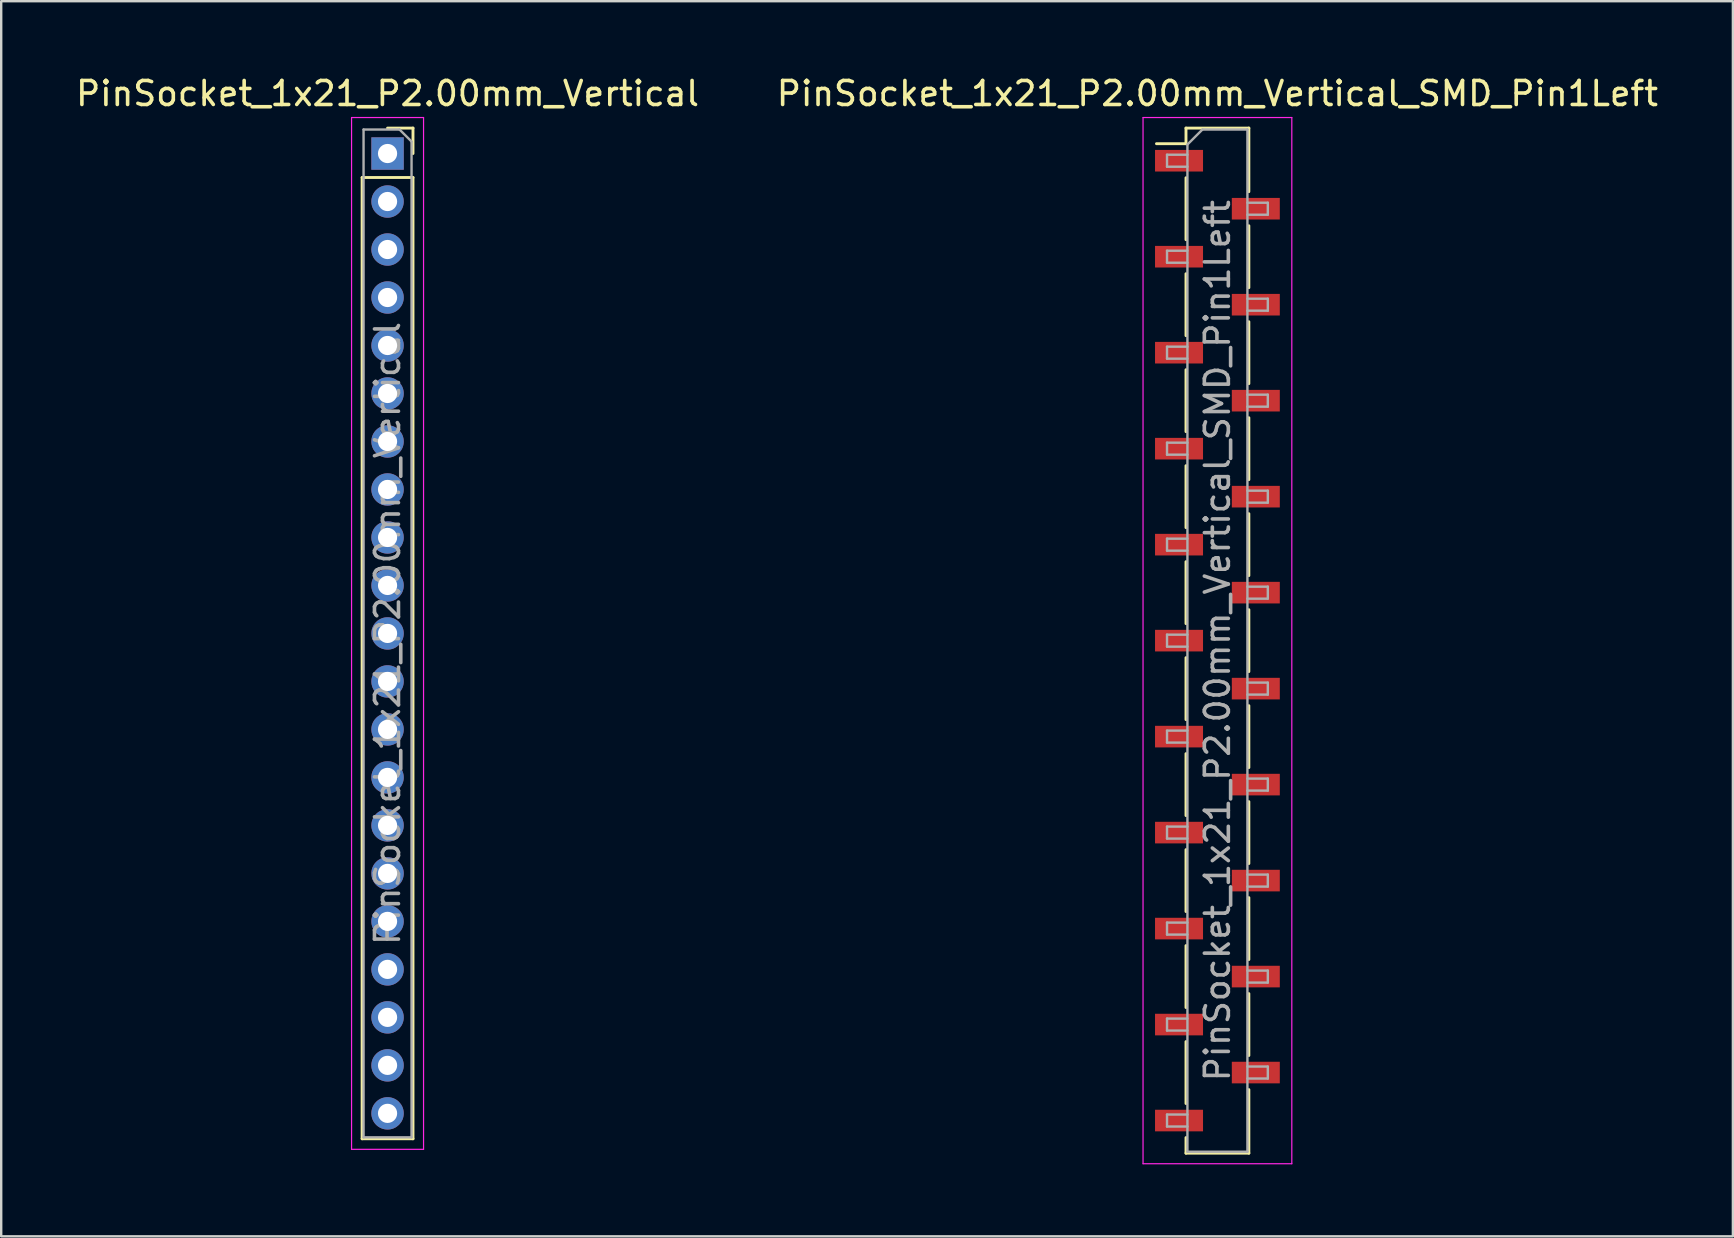
<source format=kicad_pcb>
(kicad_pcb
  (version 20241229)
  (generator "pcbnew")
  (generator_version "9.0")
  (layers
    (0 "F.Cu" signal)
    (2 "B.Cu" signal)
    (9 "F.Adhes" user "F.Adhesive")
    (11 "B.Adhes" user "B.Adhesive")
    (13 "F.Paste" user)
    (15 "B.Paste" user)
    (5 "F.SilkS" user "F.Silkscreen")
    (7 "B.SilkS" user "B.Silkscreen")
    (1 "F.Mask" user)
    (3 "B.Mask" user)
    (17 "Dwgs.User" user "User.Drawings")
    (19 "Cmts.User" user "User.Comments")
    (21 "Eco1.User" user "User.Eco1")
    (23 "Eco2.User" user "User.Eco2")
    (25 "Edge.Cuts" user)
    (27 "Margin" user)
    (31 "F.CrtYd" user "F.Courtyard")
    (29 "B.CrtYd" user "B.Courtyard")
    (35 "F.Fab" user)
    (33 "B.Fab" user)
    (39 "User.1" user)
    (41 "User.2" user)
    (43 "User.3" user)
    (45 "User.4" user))
  (footprint "PinSocket_1x21_P2.00mm_Vertical"
    (layer "F.Cu")
    (at 13.101 3.348)
    (property "Reference" "PinSocket_1x21_P2.00mm_Vertical" (at 0 -2.5 0) (layer "F.SilkS") (effects (font (size 1 1) (thickness 0.15))))
    (attr through_hole)
    (fp_line (start -1.06 1) (end -1.06 41.06) (stroke (width 0.12) (type solid)) (layer "F.SilkS"))
    (fp_line (start -1.06 1) (end 1.06 1) (stroke (width 0.12) (type solid)) (layer "F.SilkS"))
    (fp_line (start -1.06 41.06) (end 1.06 41.06) (stroke (width 0.12) (type solid)) (layer "F.SilkS"))
    (fp_line (start 0 -1.06) (end 1.06 -1.06) (stroke (width 0.12) (type solid)) (layer "F.SilkS"))
    (fp_line (start 1.06 -1.06) (end 1.06 0) (stroke (width 0.12) (type solid)) (layer "F.SilkS"))
    (fp_line (start 1.06 1) (end 1.06 41.06) (stroke (width 0.12) (type solid)) (layer "F.SilkS"))
    (fp_line (start -1.5 -1.5) (end 1.5 -1.5) (stroke (width 0.05) (type solid)) (layer "F.CrtYd"))
    (fp_line (start -1.5 41.5) (end -1.5 -1.5) (stroke (width 0.05) (type solid)) (layer "F.CrtYd"))
    (fp_line (start 1.5 -1.5) (end 1.5 41.5) (stroke (width 0.05) (type solid)) (layer "F.CrtYd"))
    (fp_line (start 1.5 41.5) (end -1.5 41.5) (stroke (width 0.05) (type solid)) (layer "F.CrtYd"))
    (fp_line (start -1 -1) (end 0.5 -1) (stroke (width 0.1) (type solid)) (layer "F.Fab"))
    (fp_line (start -1 41) (end -1 -1) (stroke (width 0.1) (type solid)) (layer "F.Fab"))
    (fp_line (start 0.5 -1) (end 1 -0.5) (stroke (width 0.1) (type solid)) (layer "F.Fab"))
    (fp_line (start 1 -0.5) (end 1 41) (stroke (width 0.1) (type solid)) (layer "F.Fab"))
    (fp_line (start 1 41) (end -1 41) (stroke (width 0.1) (type solid)) (layer "F.Fab"))
    (fp_text user "${REFERENCE}" (at 0 20 90) (layer "F.Fab") (effects (font (size 1 1) (thickness 0.15))))
    (pad "1" thru_hole rect (at 0 0) (size 1.35 1.35) (drill 0.8) (layers "*.Cu" "*.Mask"))
    (pad "2" thru_hole oval (at 0 2) (size 1.35 1.35) (drill 0.8) (layers "*.Cu" "*.Mask"))
    (pad "3" thru_hole oval (at 0 4) (size 1.35 1.35) (drill 0.8) (layers "*.Cu" "*.Mask"))
    (pad "4" thru_hole oval (at 0 6) (size 1.35 1.35) (drill 0.8) (layers "*.Cu" "*.Mask"))
    (pad "5" thru_hole oval (at 0 8) (size 1.35 1.35) (drill 0.8) (layers "*.Cu" "*.Mask"))
    (pad "6" thru_hole oval (at 0 10) (size 1.35 1.35) (drill 0.8) (layers "*.Cu" "*.Mask"))
    (pad "7" thru_hole oval (at 0 12) (size 1.35 1.35) (drill 0.8) (layers "*.Cu" "*.Mask"))
    (pad "8" thru_hole oval (at 0 14) (size 1.35 1.35) (drill 0.8) (layers "*.Cu" "*.Mask"))
    (pad "9" thru_hole oval (at 0 16) (size 1.35 1.35) (drill 0.8) (layers "*.Cu" "*.Mask"))
    (pad "10" thru_hole oval (at 0 18) (size 1.35 1.35) (drill 0.8) (layers "*.Cu" "*.Mask"))
    (pad "11" thru_hole oval (at 0 20) (size 1.35 1.35) (drill 0.8) (layers "*.Cu" "*.Mask"))
    (pad "12" thru_hole oval (at 0 22) (size 1.35 1.35) (drill 0.8) (layers "*.Cu" "*.Mask"))
    (pad "13" thru_hole oval (at 0 24) (size 1.35 1.35) (drill 0.8) (layers "*.Cu" "*.Mask"))
    (pad "14" thru_hole oval (at 0 26) (size 1.35 1.35) (drill 0.8) (layers "*.Cu" "*.Mask"))
    (pad "15" thru_hole oval (at 0 28) (size 1.35 1.35) (drill 0.8) (layers "*.Cu" "*.Mask"))
    (pad "16" thru_hole oval (at 0 30) (size 1.35 1.35) (drill 0.8) (layers "*.Cu" "*.Mask"))
    (pad "17" thru_hole oval (at 0 32) (size 1.35 1.35) (drill 0.8) (layers "*.Cu" "*.Mask"))
    (pad "18" thru_hole oval (at 0 34) (size 1.35 1.35) (drill 0.8) (layers "*.Cu" "*.Mask"))
    (pad "19" thru_hole oval (at 0 36) (size 1.35 1.35) (drill 0.8) (layers "*.Cu" "*.Mask"))
    (pad "20" thru_hole oval (at 0 38) (size 1.35 1.35) (drill 0.8) (layers "*.Cu" "*.Mask"))
    (pad "21" thru_hole oval (at 0 40) (size 1.35 1.35) (drill 0.8) (layers "*.Cu" "*.Mask")))
  (footprint "PinSocket_1x21_P2.00mm_Vertical_SMD_Pin1Left"
    (layer "F.Cu")
    (at 47.685 23.648)
    (property "Reference" "PinSocket_1x21_P2.00mm_Vertical_SMD_Pin1Left" (at 0 -22.8 0) (layer "F.SilkS") (effects (font (size 1 1) (thickness 0.15))))
    (attr smd)
    (fp_line (start -2.54 -20.71) (end -1.31 -20.71) (stroke (width 0.12) (type solid)) (layer "F.SilkS"))
    (fp_line (start -1.31 -21.36) (end -1.31 -20.71) (stroke (width 0.12) (type solid)) (layer "F.SilkS"))
    (fp_line (start -1.31 -21.36) (end 1.31 -21.36) (stroke (width 0.12) (type solid)) (layer "F.SilkS"))
    (fp_line (start -1.31 -19.29) (end -1.31 -16.71) (stroke (width 0.12) (type solid)) (layer "F.SilkS"))
    (fp_line (start -1.31 -15.29) (end -1.31 -12.71) (stroke (width 0.12) (type solid)) (layer "F.SilkS"))
    (fp_line (start -1.31 -11.29) (end -1.31 -8.71) (stroke (width 0.12) (type solid)) (layer "F.SilkS"))
    (fp_line (start -1.31 -7.29) (end -1.31 -4.71) (stroke (width 0.12) (type solid)) (layer "F.SilkS"))
    (fp_line (start -1.31 -3.29) (end -1.31 -0.71) (stroke (width 0.12) (type solid)) (layer "F.SilkS"))
    (fp_line (start -1.31 0.71) (end -1.31 3.29) (stroke (width 0.12) (type solid)) (layer "F.SilkS"))
    (fp_line (start -1.31 4.71) (end -1.31 7.29) (stroke (width 0.12) (type solid)) (layer "F.SilkS"))
    (fp_line (start -1.31 8.71) (end -1.31 11.29) (stroke (width 0.12) (type solid)) (layer "F.SilkS"))
    (fp_line (start -1.31 12.71) (end -1.31 15.29) (stroke (width 0.12) (type solid)) (layer "F.SilkS"))
    (fp_line (start -1.31 16.71) (end -1.31 19.29) (stroke (width 0.12) (type solid)) (layer "F.SilkS"))
    (fp_line (start -1.31 20.71) (end -1.31 21.36) (stroke (width 0.12) (type solid)) (layer "F.SilkS"))
    (fp_line (start -1.31 21.36) (end 1.31 21.36) (stroke (width 0.12) (type solid)) (layer "F.SilkS"))
    (fp_line (start 1.31 -21.36) (end 1.31 -18.71) (stroke (width 0.12) (type solid)) (layer "F.SilkS"))
    (fp_line (start 1.31 -17.29) (end 1.31 -14.71) (stroke (width 0.12) (type solid)) (layer "F.SilkS"))
    (fp_line (start 1.31 -13.29) (end 1.31 -10.71) (stroke (width 0.12) (type solid)) (layer "F.SilkS"))
    (fp_line (start 1.31 -9.29) (end 1.31 -6.71) (stroke (width 0.12) (type solid)) (layer "F.SilkS"))
    (fp_line (start 1.31 -5.29) (end 1.31 -2.71) (stroke (width 0.12) (type solid)) (layer "F.SilkS"))
    (fp_line (start 1.31 -1.29) (end 1.31 1.29) (stroke (width 0.12) (type solid)) (layer "F.SilkS"))
    (fp_line (start 1.31 2.71) (end 1.31 5.29) (stroke (width 0.12) (type solid)) (layer "F.SilkS"))
    (fp_line (start 1.31 6.71) (end 1.31 9.29) (stroke (width 0.12) (type solid)) (layer "F.SilkS"))
    (fp_line (start 1.31 10.71) (end 1.31 13.29) (stroke (width 0.12) (type solid)) (layer "F.SilkS"))
    (fp_line (start 1.31 14.71) (end 1.31 17.29) (stroke (width 0.12) (type solid)) (layer "F.SilkS"))
    (fp_line (start 1.31 18.71) (end 1.31 21.36) (stroke (width 0.12) (type solid)) (layer "F.SilkS"))
    (fp_line (start -3.1 -21.8) (end 3.1 -21.8) (stroke (width 0.05) (type solid)) (layer "F.CrtYd"))
    (fp_line (start -3.1 21.8) (end -3.1 -21.8) (stroke (width 0.05) (type solid)) (layer "F.CrtYd"))
    (fp_line (start 3.1 -21.8) (end 3.1 21.8) (stroke (width 0.05) (type solid)) (layer "F.CrtYd"))
    (fp_line (start 3.1 21.8) (end -3.1 21.8) (stroke (width 0.05) (type solid)) (layer "F.CrtYd"))
    (fp_line (start -2.1 -20.25) (end -1.25 -20.25) (stroke (width 0.1) (type solid)) (layer "F.Fab"))
    (fp_line (start -2.1 -19.75) (end -2.1 -20.25) (stroke (width 0.1) (type solid)) (layer "F.Fab"))
    (fp_line (start -2.1 -16.25) (end -1.25 -16.25) (stroke (width 0.1) (type solid)) (layer "F.Fab"))
    (fp_line (start -2.1 -15.75) (end -2.1 -16.25) (stroke (width 0.1) (type solid)) (layer "F.Fab"))
    (fp_line (start -2.1 -12.25) (end -1.25 -12.25) (stroke (width 0.1) (type solid)) (layer "F.Fab"))
    (fp_line (start -2.1 -11.75) (end -2.1 -12.25) (stroke (width 0.1) (type solid)) (layer "F.Fab"))
    (fp_line (start -2.1 -8.25) (end -1.25 -8.25) (stroke (width 0.1) (type solid)) (layer "F.Fab"))
    (fp_line (start -2.1 -7.75) (end -2.1 -8.25) (stroke (width 0.1) (type solid)) (layer "F.Fab"))
    (fp_line (start -2.1 -4.25) (end -1.25 -4.25) (stroke (width 0.1) (type solid)) (layer "F.Fab"))
    (fp_line (start -2.1 -3.75) (end -2.1 -4.25) (stroke (width 0.1) (type solid)) (layer "F.Fab"))
    (fp_line (start -2.1 -0.25) (end -1.25 -0.25) (stroke (width 0.1) (type solid)) (layer "F.Fab"))
    (fp_line (start -2.1 0.25) (end -2.1 -0.25) (stroke (width 0.1) (type solid)) (layer "F.Fab"))
    (fp_line (start -2.1 3.75) (end -1.25 3.75) (stroke (width 0.1) (type solid)) (layer "F.Fab"))
    (fp_line (start -2.1 4.25) (end -2.1 3.75) (stroke (width 0.1) (type solid)) (layer "F.Fab"))
    (fp_line (start -2.1 7.75) (end -1.25 7.75) (stroke (width 0.1) (type solid)) (layer "F.Fab"))
    (fp_line (start -2.1 8.25) (end -2.1 7.75) (stroke (width 0.1) (type solid)) (layer "F.Fab"))
    (fp_line (start -2.1 11.75) (end -1.25 11.75) (stroke (width 0.1) (type solid)) (layer "F.Fab"))
    (fp_line (start -2.1 12.25) (end -2.1 11.75) (stroke (width 0.1) (type solid)) (layer "F.Fab"))
    (fp_line (start -2.1 15.75) (end -1.25 15.75) (stroke (width 0.1) (type solid)) (layer "F.Fab"))
    (fp_line (start -2.1 16.25) (end -2.1 15.75) (stroke (width 0.1) (type solid)) (layer "F.Fab"))
    (fp_line (start -2.1 19.75) (end -1.25 19.75) (stroke (width 0.1) (type solid)) (layer "F.Fab"))
    (fp_line (start -2.1 20.25) (end -2.1 19.75) (stroke (width 0.1) (type solid)) (layer "F.Fab"))
    (fp_line (start -1.25 -20.675) (end -0.625 -21.3) (stroke (width 0.1) (type solid)) (layer "F.Fab"))
    (fp_line (start -1.25 -19.75) (end -2.1 -19.75) (stroke (width 0.1) (type solid)) (layer "F.Fab"))
    (fp_line (start -1.25 -15.75) (end -2.1 -15.75) (stroke (width 0.1) (type solid)) (layer "F.Fab"))
    (fp_line (start -1.25 -11.75) (end -2.1 -11.75) (stroke (width 0.1) (type solid)) (layer "F.Fab"))
    (fp_line (start -1.25 -7.75) (end -2.1 -7.75) (stroke (width 0.1) (type solid)) (layer "F.Fab"))
    (fp_line (start -1.25 -3.75) (end -2.1 -3.75) (stroke (width 0.1) (type solid)) (layer "F.Fab"))
    (fp_line (start -1.25 0.25) (end -2.1 0.25) (stroke (width 0.1) (type solid)) (layer "F.Fab"))
    (fp_line (start -1.25 4.25) (end -2.1 4.25) (stroke (width 0.1) (type solid)) (layer "F.Fab"))
    (fp_line (start -1.25 8.25) (end -2.1 8.25) (stroke (width 0.1) (type solid)) (layer "F.Fab"))
    (fp_line (start -1.25 12.25) (end -2.1 12.25) (stroke (width 0.1) (type solid)) (layer "F.Fab"))
    (fp_line (start -1.25 16.25) (end -2.1 16.25) (stroke (width 0.1) (type solid)) (layer "F.Fab"))
    (fp_line (start -1.25 20.25) (end -2.1 20.25) (stroke (width 0.1) (type solid)) (layer "F.Fab"))
    (fp_line (start -1.25 21.3) (end -1.25 -20.675) (stroke (width 0.1) (type solid)) (layer "F.Fab"))
    (fp_line (start -0.625 -21.3) (end 1.25 -21.3) (stroke (width 0.1) (type solid)) (layer "F.Fab"))
    (fp_line (start 1.25 -21.3) (end 1.25 21.3) (stroke (width 0.1) (type solid)) (layer "F.Fab"))
    (fp_line (start 1.25 -18.25) (end 2.1 -18.25) (stroke (width 0.1) (type solid)) (layer "F.Fab"))
    (fp_line (start 1.25 -14.25) (end 2.1 -14.25) (stroke (width 0.1) (type solid)) (layer "F.Fab"))
    (fp_line (start 1.25 -10.25) (end 2.1 -10.25) (stroke (width 0.1) (type solid)) (layer "F.Fab"))
    (fp_line (start 1.25 -6.25) (end 2.1 -6.25) (stroke (width 0.1) (type solid)) (layer "F.Fab"))
    (fp_line (start 1.25 -2.25) (end 2.1 -2.25) (stroke (width 0.1) (type solid)) (layer "F.Fab"))
    (fp_line (start 1.25 1.75) (end 2.1 1.75) (stroke (width 0.1) (type solid)) (layer "F.Fab"))
    (fp_line (start 1.25 5.75) (end 2.1 5.75) (stroke (width 0.1) (type solid)) (layer "F.Fab"))
    (fp_line (start 1.25 9.75) (end 2.1 9.75) (stroke (width 0.1) (type solid)) (layer "F.Fab"))
    (fp_line (start 1.25 13.75) (end 2.1 13.75) (stroke (width 0.1) (type solid)) (layer "F.Fab"))
    (fp_line (start 1.25 17.75) (end 2.1 17.75) (stroke (width 0.1) (type solid)) (layer "F.Fab"))
    (fp_line (start 1.25 21.3) (end -1.25 21.3) (stroke (width 0.1) (type solid)) (layer "F.Fab"))
    (fp_line (start 2.1 -18.25) (end 2.1 -17.75) (stroke (width 0.1) (type solid)) (layer "F.Fab"))
    (fp_line (start 2.1 -17.75) (end 1.25 -17.75) (stroke (width 0.1) (type solid)) (layer "F.Fab"))
    (fp_line (start 2.1 -14.25) (end 2.1 -13.75) (stroke (width 0.1) (type solid)) (layer "F.Fab"))
    (fp_line (start 2.1 -13.75) (end 1.25 -13.75) (stroke (width 0.1) (type solid)) (layer "F.Fab"))
    (fp_line (start 2.1 -10.25) (end 2.1 -9.75) (stroke (width 0.1) (type solid)) (layer "F.Fab"))
    (fp_line (start 2.1 -9.75) (end 1.25 -9.75) (stroke (width 0.1) (type solid)) (layer "F.Fab"))
    (fp_line (start 2.1 -6.25) (end 2.1 -5.75) (stroke (width 0.1) (type solid)) (layer "F.Fab"))
    (fp_line (start 2.1 -5.75) (end 1.25 -5.75) (stroke (width 0.1) (type solid)) (layer "F.Fab"))
    (fp_line (start 2.1 -2.25) (end 2.1 -1.75) (stroke (width 0.1) (type solid)) (layer "F.Fab"))
    (fp_line (start 2.1 -1.75) (end 1.25 -1.75) (stroke (width 0.1) (type solid)) (layer "F.Fab"))
    (fp_line (start 2.1 1.75) (end 2.1 2.25) (stroke (width 0.1) (type solid)) (layer "F.Fab"))
    (fp_line (start 2.1 2.25) (end 1.25 2.25) (stroke (width 0.1) (type solid)) (layer "F.Fab"))
    (fp_line (start 2.1 5.75) (end 2.1 6.25) (stroke (width 0.1) (type solid)) (layer "F.Fab"))
    (fp_line (start 2.1 6.25) (end 1.25 6.25) (stroke (width 0.1) (type solid)) (layer "F.Fab"))
    (fp_line (start 2.1 9.75) (end 2.1 10.25) (stroke (width 0.1) (type solid)) (layer "F.Fab"))
    (fp_line (start 2.1 10.25) (end 1.25 10.25) (stroke (width 0.1) (type solid)) (layer "F.Fab"))
    (fp_line (start 2.1 13.75) (end 2.1 14.25) (stroke (width 0.1) (type solid)) (layer "F.Fab"))
    (fp_line (start 2.1 14.25) (end 1.25 14.25) (stroke (width 0.1) (type solid)) (layer "F.Fab"))
    (fp_line (start 2.1 17.75) (end 2.1 18.25) (stroke (width 0.1) (type solid)) (layer "F.Fab"))
    (fp_line (start 2.1 18.25) (end 1.25 18.25) (stroke (width 0.1) (type solid)) (layer "F.Fab"))
    (fp_text user "${REFERENCE}" (at 0 0 90) (layer "F.Fab") (effects (font (size 1 1) (thickness 0.15))))
    (pad "1" smd rect (at -1.6 -20) (size 2 0.9) (layers "F.Cu" "F.Mask" "F.Paste"))
    (pad "2" smd rect (at 1.6 -18) (size 2 0.9) (layers "F.Cu" "F.Mask" "F.Paste"))
    (pad "3" smd rect (at -1.6 -16) (size 2 0.9) (layers "F.Cu" "F.Mask" "F.Paste"))
    (pad "4" smd rect (at 1.6 -14) (size 2 0.9) (layers "F.Cu" "F.Mask" "F.Paste"))
    (pad "5" smd rect (at -1.6 -12) (size 2 0.9) (layers "F.Cu" "F.Mask" "F.Paste"))
    (pad "6" smd rect (at 1.6 -10) (size 2 0.9) (layers "F.Cu" "F.Mask" "F.Paste"))
    (pad "7" smd rect (at -1.6 -8) (size 2 0.9) (layers "F.Cu" "F.Mask" "F.Paste"))
    (pad "8" smd rect (at 1.6 -6) (size 2 0.9) (layers "F.Cu" "F.Mask" "F.Paste"))
    (pad "9" smd rect (at -1.6 -4) (size 2 0.9) (layers "F.Cu" "F.Mask" "F.Paste"))
    (pad "10" smd rect (at 1.6 -2) (size 2 0.9) (layers "F.Cu" "F.Mask" "F.Paste"))
    (pad "11" smd rect (at -1.6 0) (size 2 0.9) (layers "F.Cu" "F.Mask" "F.Paste"))
    (pad "12" smd rect (at 1.6 2) (size 2 0.9) (layers "F.Cu" "F.Mask" "F.Paste"))
    (pad "13" smd rect (at -1.6 4) (size 2 0.9) (layers "F.Cu" "F.Mask" "F.Paste"))
    (pad "14" smd rect (at 1.6 6) (size 2 0.9) (layers "F.Cu" "F.Mask" "F.Paste"))
    (pad "15" smd rect (at -1.6 8) (size 2 0.9) (layers "F.Cu" "F.Mask" "F.Paste"))
    (pad "16" smd rect (at 1.6 10) (size 2 0.9) (layers "F.Cu" "F.Mask" "F.Paste"))
    (pad "17" smd rect (at -1.6 12) (size 2 0.9) (layers "F.Cu" "F.Mask" "F.Paste"))
    (pad "18" smd rect (at 1.6 14) (size 2 0.9) (layers "F.Cu" "F.Mask" "F.Paste"))
    (pad "19" smd rect (at -1.6 16) (size 2 0.9) (layers "F.Cu" "F.Mask" "F.Paste"))
    (pad "20" smd rect (at 1.6 18) (size 2 0.9) (layers "F.Cu" "F.Mask" "F.Paste"))
    (pad "21" smd rect (at -1.6 20) (size 2 0.9) (layers "F.Cu" "F.Mask" "F.Paste")))
  (gr_rect
    (start -3 -3)
    (end 69.167 48.473)
    (stroke (width 0.1) (type default))
    (fill no)
    (layer "Edge.Cuts")))
</source>
